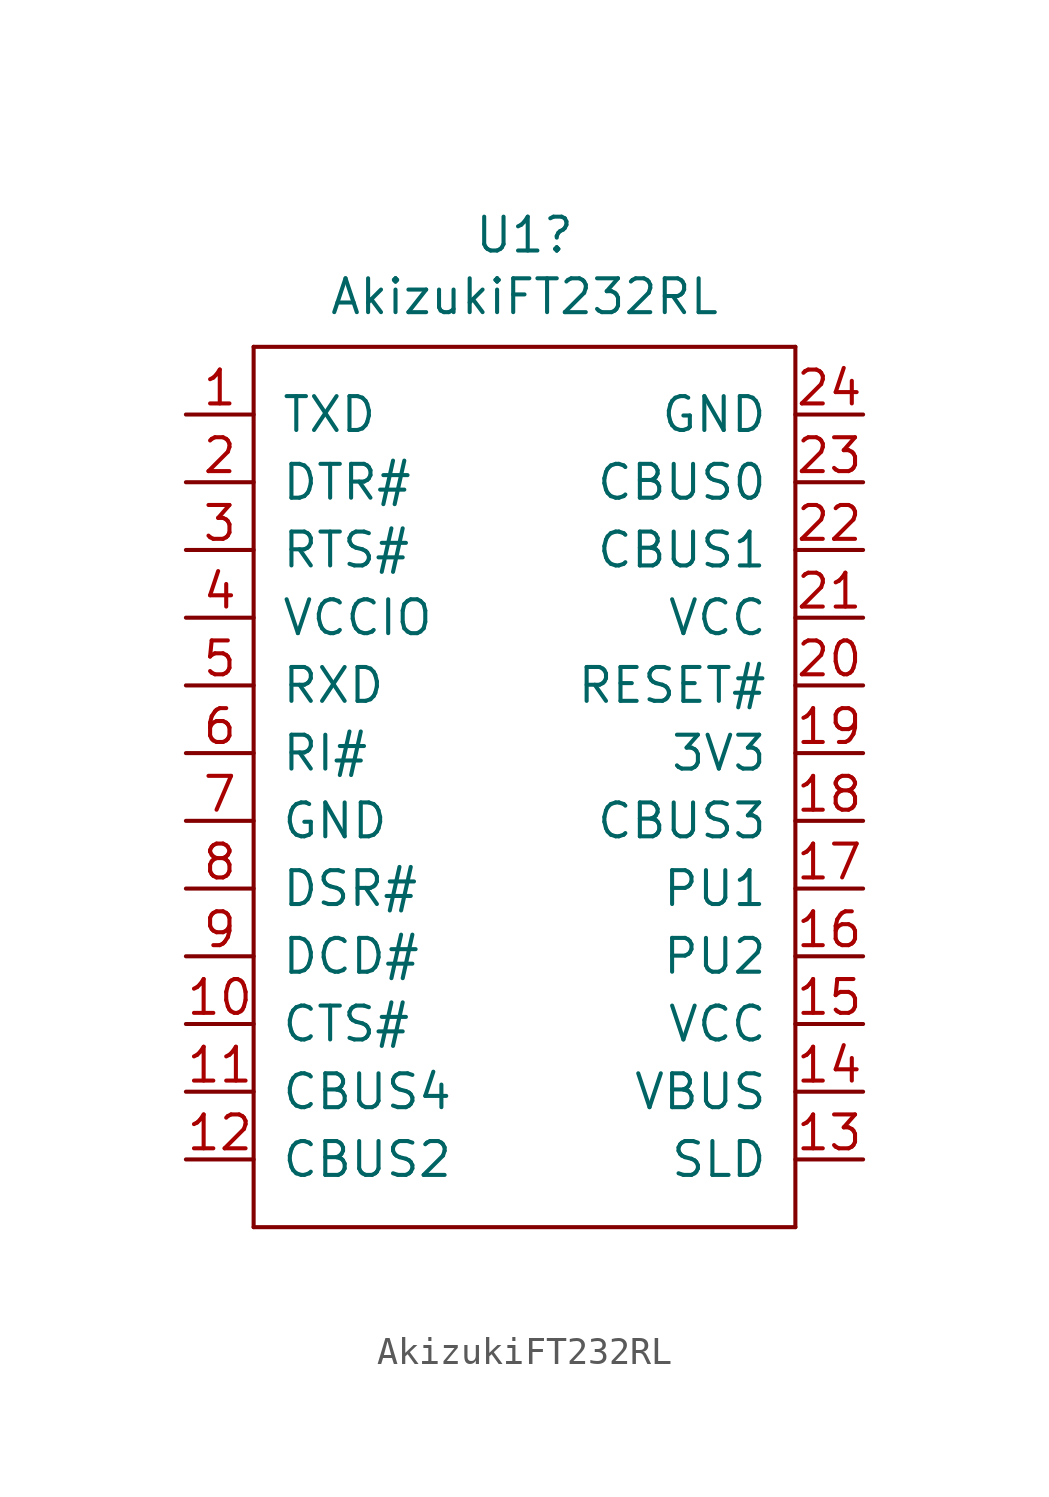
<source format=kicad_sym>
(kicad_symbol_lib
  (version 20211014)
  (generator kicad_symbol_editor)
  (symbol "AkizukiFT232RL"
    (pin_names
      (offset 1.016))
    (property "Reference" "U1"
      (at 0 21.971 0)
      (effects (font (size 1.27 1.27))))
    (property "Value" "AkizukiFT232RL"
      (at 0 19.66 0)
      (effects (font (size 1.27 1.27))))
    (symbol "AkizukiFT232RL_0_0"
      (pin output line (at -12.7 15.24 0) (length 2.54) (name "TXD" (effects (font (size 1.27 1.27)))) (number "1" (effects (font (size 1.27 1.27)))))
      (pin input line (at -12.7 -7.62 0) (length 2.54) (name "CTS#" (effects (font (size 1.27 1.27)))) (number "10" (effects (font (size 1.27 1.27)))))
      (pin bidirectional line (at -12.7 -10.16 0) (length 2.54) (name "CBUS4" (effects (font (size 1.27 1.27)))) (number "11" (effects (font (size 1.27 1.27)))))
      (pin bidirectional line (at -12.7 -12.7 0) (length 2.54) (name "CBUS2" (effects (font (size 1.27 1.27)))) (number "12" (effects (font (size 1.27 1.27)))))
      (pin bidirectional line (at 12.7 -12.7 180) (length 2.54) (name "SLD" (effects (font (size 1.27 1.27)))) (number "13" (effects (font (size 1.27 1.27)))))
      (pin power_out line (at 12.7 -10.16 180) (length 2.54) (name "VBUS" (effects (font (size 1.27 1.27)))) (number "14" (effects (font (size 1.27 1.27)))))
      (pin power_in line (at 12.7 -7.62 180) (length 2.54) (name "VCC" (effects (font (size 1.27 1.27)))) (number "15" (effects (font (size 1.27 1.27)))))
      (pin bidirectional line (at 12.7 -5.08 180) (length 2.54) (name "PU2" (effects (font (size 1.27 1.27)))) (number "16" (effects (font (size 1.27 1.27)))))
      (pin bidirectional line (at 12.7 -2.54 180) (length 2.54) (name "PU1" (effects (font (size 1.27 1.27)))) (number "17" (effects (font (size 1.27 1.27)))))
      (pin bidirectional line (at 12.7 0 180) (length 2.54) (name "CBUS3" (effects (font (size 1.27 1.27)))) (number "18" (effects (font (size 1.27 1.27)))))
      (pin power_out line (at 12.7 2.54 180) (length 2.54) (name "3V3" (effects (font (size 1.27 1.27)))) (number "19" (effects (font (size 1.27 1.27)))))
      (pin output line (at -12.7 12.7 0) (length 2.54) (name "DTR#" (effects (font (size 1.27 1.27)))) (number "2" (effects (font (size 1.27 1.27)))))
      (pin input line (at 12.7 5.08 180) (length 2.54) (name "RESET#" (effects (font (size 1.27 1.27)))) (number "20" (effects (font (size 1.27 1.27)))))
      (pin power_in line (at 12.7 7.62 180) (length 2.54) (name "VCC" (effects (font (size 1.27 1.27)))) (number "21" (effects (font (size 1.27 1.27)))))
      (pin bidirectional line (at 12.7 10.16 180) (length 2.54) (name "CBUS1" (effects (font (size 1.27 1.27)))) (number "22" (effects (font (size 1.27 1.27)))))
      (pin bidirectional line (at 12.7 12.7 180) (length 2.54) (name "CBUS0" (effects (font (size 1.27 1.27)))) (number "23" (effects (font (size 1.27 1.27)))))
      (pin power_in line (at 12.7 15.24 180) (length 2.54) (name "GND" (effects (font (size 1.27 1.27)))) (number "24" (effects (font (size 1.27 1.27)))))
      (pin output line (at -12.7 10.16 0) (length 2.54) (name "RTS#" (effects (font (size 1.27 1.27)))) (number "3" (effects (font (size 1.27 1.27)))))
      (pin power_out line (at -12.7 7.62 0) (length 2.54) (name "VCCIO" (effects (font (size 1.27 1.27)))) (number "4" (effects (font (size 1.27 1.27)))))
      (pin input line (at -12.7 5.08 0) (length 2.54) (name "RXD" (effects (font (size 1.27 1.27)))) (number "5" (effects (font (size 1.27 1.27)))))
      (pin input line (at -12.7 2.54 0) (length 2.54) (name "RI#" (effects (font (size 1.27 1.27)))) (number "6" (effects (font (size 1.27 1.27)))))
      (pin power_in line (at -12.7 0 0) (length 2.54) (name "GND" (effects (font (size 1.27 1.27)))) (number "7" (effects (font (size 1.27 1.27)))))
      (pin input line (at -12.7 -2.54 0) (length 2.54) (name "DSR#" (effects (font (size 1.27 1.27)))) (number "8" (effects (font (size 1.27 1.27)))))
      (pin input line (at -12.7 -5.08 0) (length 2.54) (name "DCD#" (effects (font (size 1.27 1.27)))) (number "9" (effects (font (size 1.27 1.27))))))
    (symbol "AkizukiFT232RL_0_1"
      (rectangle (start -10.16 -15.24) (end -10.16 17.78) (stroke (width 0) (type default) (color 0 0 0 0)) (fill (type none)))
      (rectangle (start -10.16 17.78) (end 10.16 17.78) (stroke (width 0) (type default) (color 0 0 0 0)) (fill (type none)))
      (rectangle (start 10.16 -15.24) (end -10.16 -15.24) (stroke (width 0) (type default) (color 0 0 0 0)) (fill (type none)))
      (rectangle (start 10.16 17.78) (end 10.16 -15.24) (stroke (width 0) (type default) (color 0 0 0 0)) (fill (type none))))))
</source>
